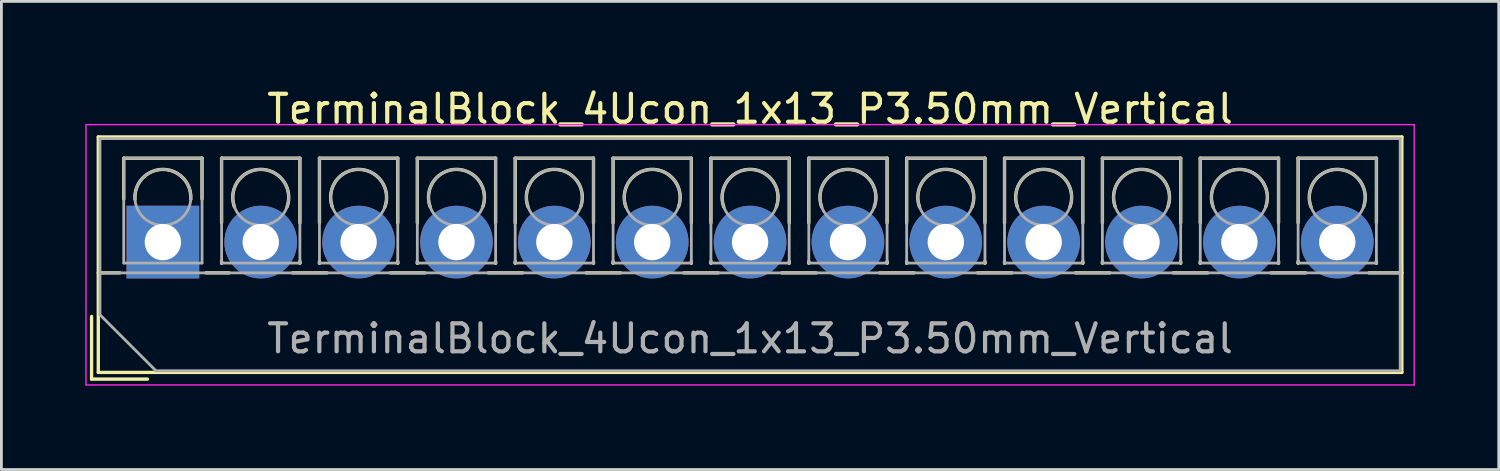
<source format=kicad_pcb>
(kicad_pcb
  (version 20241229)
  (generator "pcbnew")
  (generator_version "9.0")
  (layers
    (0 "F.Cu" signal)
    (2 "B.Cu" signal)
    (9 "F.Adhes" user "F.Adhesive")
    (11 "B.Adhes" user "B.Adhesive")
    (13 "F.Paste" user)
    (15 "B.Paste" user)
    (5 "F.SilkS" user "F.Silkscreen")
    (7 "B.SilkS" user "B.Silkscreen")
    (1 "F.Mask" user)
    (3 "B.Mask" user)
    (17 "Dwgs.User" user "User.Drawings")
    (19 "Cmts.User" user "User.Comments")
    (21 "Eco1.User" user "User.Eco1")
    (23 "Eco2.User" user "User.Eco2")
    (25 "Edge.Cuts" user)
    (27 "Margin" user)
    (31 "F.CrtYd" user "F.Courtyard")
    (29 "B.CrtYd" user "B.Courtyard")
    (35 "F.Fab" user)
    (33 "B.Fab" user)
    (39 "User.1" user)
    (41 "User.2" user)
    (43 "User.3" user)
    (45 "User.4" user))
  (footprint "TerminalBlock_4Ucon_1x13_P3.50mm_Vertical"
    (layer "F.Cu")
    (at 2.775 5.608)
    (property "Reference" "TerminalBlock_4Ucon_1x13_P3.50mm_Vertical" (at 21 -4.76 0) (layer "F.SilkS") (effects (font (size 1 1) (thickness 0.15))))
    (attr through_hole)
    (fp_line (start -2.55 2.66) (end -2.55 4.9) (stroke (width 0.12) (type solid)) (layer "F.SilkS"))
    (fp_line (start -2.55 4.9) (end -0.55 4.9) (stroke (width 0.12) (type solid)) (layer "F.SilkS"))
    (fp_line (start -2.31 -3.76) (end -2.31 4.66) (stroke (width 0.12) (type solid)) (layer "F.SilkS"))
    (fp_line (start -2.31 -3.76) (end 44.31 -3.76) (stroke (width 0.12) (type solid)) (layer "F.SilkS"))
    (fp_line (start -2.31 1.101) (end -1.54 1.101) (stroke (width 0.12) (type solid)) (layer "F.SilkS"))
    (fp_line (start -2.31 4.66) (end 44.31 4.66) (stroke (width 0.12) (type solid)) (layer "F.SilkS"))
    (fp_line (start -1.4 -3) (end -1.4 -1.54) (stroke (width 0.12) (type solid)) (layer "F.SilkS"))
    (fp_line (start -1.4 -3) (end 1.4 -3) (stroke (width 0.12) (type solid)) (layer "F.SilkS"))
    (fp_line (start 1.4 -3) (end 1.4 -1.54) (stroke (width 0.12) (type solid)) (layer "F.SilkS"))
    (fp_line (start 1.54 1.101) (end 2.367 1.101) (stroke (width 0.12) (type solid)) (layer "F.SilkS"))
    (fp_line (start 2.1 -3) (end 2.1 -0.689) (stroke (width 0.12) (type solid)) (layer "F.SilkS"))
    (fp_line (start 2.1 -3) (end 4.9 -3) (stroke (width 0.12) (type solid)) (layer "F.SilkS"))
    (fp_line (start 2.1 0.689) (end 2.1 0.75) (stroke (width 0.12) (type solid)) (layer "F.SilkS"))
    (fp_line (start 2.1 0.75) (end 2.101 0.75) (stroke (width 0.12) (type solid)) (layer "F.SilkS"))
    (fp_line (start 4.634 1.101) (end 5.867 1.101) (stroke (width 0.12) (type solid)) (layer "F.SilkS"))
    (fp_line (start 4.9 -3) (end 4.9 -0.689) (stroke (width 0.12) (type solid)) (layer "F.SilkS"))
    (fp_line (start 4.9 0.689) (end 4.9 0.75) (stroke (width 0.12) (type solid)) (layer "F.SilkS"))
    (fp_line (start 4.9 0.75) (end 4.9 0.75) (stroke (width 0.12) (type solid)) (layer "F.SilkS"))
    (fp_line (start 5.6 -3) (end 5.6 -0.689) (stroke (width 0.12) (type solid)) (layer "F.SilkS"))
    (fp_line (start 5.6 -3) (end 8.4 -3) (stroke (width 0.12) (type solid)) (layer "F.SilkS"))
    (fp_line (start 5.6 0.689) (end 5.6 0.75) (stroke (width 0.12) (type solid)) (layer "F.SilkS"))
    (fp_line (start 5.6 0.75) (end 5.601 0.75) (stroke (width 0.12) (type solid)) (layer "F.SilkS"))
    (fp_line (start 8.134 1.101) (end 9.367 1.101) (stroke (width 0.12) (type solid)) (layer "F.SilkS"))
    (fp_line (start 8.4 -3) (end 8.4 -0.689) (stroke (width 0.12) (type solid)) (layer "F.SilkS"))
    (fp_line (start 8.4 0.689) (end 8.4 0.75) (stroke (width 0.12) (type solid)) (layer "F.SilkS"))
    (fp_line (start 8.4 0.75) (end 8.4 0.75) (stroke (width 0.12) (type solid)) (layer "F.SilkS"))
    (fp_line (start 9.1 -3) (end 9.1 -0.689) (stroke (width 0.12) (type solid)) (layer "F.SilkS"))
    (fp_line (start 9.1 -3) (end 11.9 -3) (stroke (width 0.12) (type solid)) (layer "F.SilkS"))
    (fp_line (start 9.1 0.689) (end 9.1 0.75) (stroke (width 0.12) (type solid)) (layer "F.SilkS"))
    (fp_line (start 9.1 0.75) (end 9.101 0.75) (stroke (width 0.12) (type solid)) (layer "F.SilkS"))
    (fp_line (start 11.634 1.101) (end 12.867 1.101) (stroke (width 0.12) (type solid)) (layer "F.SilkS"))
    (fp_line (start 11.9 -3) (end 11.9 -0.689) (stroke (width 0.12) (type solid)) (layer "F.SilkS"))
    (fp_line (start 11.9 0.689) (end 11.9 0.75) (stroke (width 0.12) (type solid)) (layer "F.SilkS"))
    (fp_line (start 11.9 0.75) (end 11.9 0.75) (stroke (width 0.12) (type solid)) (layer "F.SilkS"))
    (fp_line (start 12.6 -3) (end 12.6 -0.689) (stroke (width 0.12) (type solid)) (layer "F.SilkS"))
    (fp_line (start 12.6 -3) (end 15.4 -3) (stroke (width 0.12) (type solid)) (layer "F.SilkS"))
    (fp_line (start 12.6 0.689) (end 12.6 0.75) (stroke (width 0.12) (type solid)) (layer "F.SilkS"))
    (fp_line (start 12.6 0.75) (end 12.601 0.75) (stroke (width 0.12) (type solid)) (layer "F.SilkS"))
    (fp_line (start 15.134 1.101) (end 16.367 1.101) (stroke (width 0.12) (type solid)) (layer "F.SilkS"))
    (fp_line (start 15.4 -3) (end 15.4 -0.689) (stroke (width 0.12) (type solid)) (layer "F.SilkS"))
    (fp_line (start 15.4 0.689) (end 15.4 0.75) (stroke (width 0.12) (type solid)) (layer "F.SilkS"))
    (fp_line (start 15.4 0.75) (end 15.4 0.75) (stroke (width 0.12) (type solid)) (layer "F.SilkS"))
    (fp_line (start 16.101 -3) (end 16.101 -0.689) (stroke (width 0.12) (type solid)) (layer "F.SilkS"))
    (fp_line (start 16.101 -3) (end 18.9 -3) (stroke (width 0.12) (type solid)) (layer "F.SilkS"))
    (fp_line (start 16.101 0.689) (end 16.101 0.75) (stroke (width 0.12) (type solid)) (layer "F.SilkS"))
    (fp_line (start 16.101 0.75) (end 16.101 0.75) (stroke (width 0.12) (type solid)) (layer "F.SilkS"))
    (fp_line (start 18.634 1.101) (end 19.867 1.101) (stroke (width 0.12) (type solid)) (layer "F.SilkS"))
    (fp_line (start 18.9 -3) (end 18.9 -0.689) (stroke (width 0.12) (type solid)) (layer "F.SilkS"))
    (fp_line (start 18.9 0.689) (end 18.9 0.75) (stroke (width 0.12) (type solid)) (layer "F.SilkS"))
    (fp_line (start 18.9 0.75) (end 18.9 0.75) (stroke (width 0.12) (type solid)) (layer "F.SilkS"))
    (fp_line (start 19.6 -3) (end 19.6 -0.689) (stroke (width 0.12) (type solid)) (layer "F.SilkS"))
    (fp_line (start 19.6 -3) (end 22.4 -3) (stroke (width 0.12) (type solid)) (layer "F.SilkS"))
    (fp_line (start 19.6 0.689) (end 19.6 0.75) (stroke (width 0.12) (type solid)) (layer "F.SilkS"))
    (fp_line (start 19.6 0.75) (end 19.601 0.75) (stroke (width 0.12) (type solid)) (layer "F.SilkS"))
    (fp_line (start 22.134 1.101) (end 23.367 1.101) (stroke (width 0.12) (type solid)) (layer "F.SilkS"))
    (fp_line (start 22.4 -3) (end 22.4 -0.689) (stroke (width 0.12) (type solid)) (layer "F.SilkS"))
    (fp_line (start 22.4 0.689) (end 22.4 0.75) (stroke (width 0.12) (type solid)) (layer "F.SilkS"))
    (fp_line (start 22.4 0.75) (end 22.4 0.75) (stroke (width 0.12) (type solid)) (layer "F.SilkS"))
    (fp_line (start 23.1 -3) (end 23.1 -0.689) (stroke (width 0.12) (type solid)) (layer "F.SilkS"))
    (fp_line (start 23.1 -3) (end 25.9 -3) (stroke (width 0.12) (type solid)) (layer "F.SilkS"))
    (fp_line (start 23.1 0.689) (end 23.1 0.75) (stroke (width 0.12) (type solid)) (layer "F.SilkS"))
    (fp_line (start 23.1 0.75) (end 23.101 0.75) (stroke (width 0.12) (type solid)) (layer "F.SilkS"))
    (fp_line (start 25.634 1.101) (end 26.867 1.101) (stroke (width 0.12) (type solid)) (layer "F.SilkS"))
    (fp_line (start 25.9 -3) (end 25.9 -0.689) (stroke (width 0.12) (type solid)) (layer "F.SilkS"))
    (fp_line (start 25.9 0.689) (end 25.9 0.75) (stroke (width 0.12) (type solid)) (layer "F.SilkS"))
    (fp_line (start 25.9 0.75) (end 25.9 0.75) (stroke (width 0.12) (type solid)) (layer "F.SilkS"))
    (fp_line (start 26.6 -3) (end 26.6 -0.689) (stroke (width 0.12) (type solid)) (layer "F.SilkS"))
    (fp_line (start 26.6 -3) (end 29.4 -3) (stroke (width 0.12) (type solid)) (layer "F.SilkS"))
    (fp_line (start 26.6 0.689) (end 26.6 0.75) (stroke (width 0.12) (type solid)) (layer "F.SilkS"))
    (fp_line (start 26.6 0.75) (end 26.601 0.75) (stroke (width 0.12) (type solid)) (layer "F.SilkS"))
    (fp_line (start 29.134 1.101) (end 30.367 1.101) (stroke (width 0.12) (type solid)) (layer "F.SilkS"))
    (fp_line (start 29.4 -3) (end 29.4 -0.689) (stroke (width 0.12) (type solid)) (layer "F.SilkS"))
    (fp_line (start 29.4 0.689) (end 29.4 0.75) (stroke (width 0.12) (type solid)) (layer "F.SilkS"))
    (fp_line (start 29.4 0.75) (end 29.4 0.75) (stroke (width 0.12) (type solid)) (layer "F.SilkS"))
    (fp_line (start 30.1 -3) (end 30.1 -0.689) (stroke (width 0.12) (type solid)) (layer "F.SilkS"))
    (fp_line (start 30.1 -3) (end 32.9 -3) (stroke (width 0.12) (type solid)) (layer "F.SilkS"))
    (fp_line (start 30.1 0.689) (end 30.1 0.75) (stroke (width 0.12) (type solid)) (layer "F.SilkS"))
    (fp_line (start 30.1 0.75) (end 30.101 0.75) (stroke (width 0.12) (type solid)) (layer "F.SilkS"))
    (fp_line (start 32.634 1.101) (end 33.867 1.101) (stroke (width 0.12) (type solid)) (layer "F.SilkS"))
    (fp_line (start 32.9 -3) (end 32.9 -0.689) (stroke (width 0.12) (type solid)) (layer "F.SilkS"))
    (fp_line (start 32.9 0.689) (end 32.9 0.75) (stroke (width 0.12) (type solid)) (layer "F.SilkS"))
    (fp_line (start 32.9 0.75) (end 32.9 0.75) (stroke (width 0.12) (type solid)) (layer "F.SilkS"))
    (fp_line (start 33.6 -3) (end 33.6 -0.689) (stroke (width 0.12) (type solid)) (layer "F.SilkS"))
    (fp_line (start 33.6 -3) (end 36.4 -3) (stroke (width 0.12) (type solid)) (layer "F.SilkS"))
    (fp_line (start 33.6 0.689) (end 33.6 0.75) (stroke (width 0.12) (type solid)) (layer "F.SilkS"))
    (fp_line (start 33.6 0.75) (end 33.601 0.75) (stroke (width 0.12) (type solid)) (layer "F.SilkS"))
    (fp_line (start 36.134 1.101) (end 37.367 1.101) (stroke (width 0.12) (type solid)) (layer "F.SilkS"))
    (fp_line (start 36.4 -3) (end 36.4 -0.689) (stroke (width 0.12) (type solid)) (layer "F.SilkS"))
    (fp_line (start 36.4 0.689) (end 36.4 0.75) (stroke (width 0.12) (type solid)) (layer "F.SilkS"))
    (fp_line (start 36.4 0.75) (end 36.4 0.75) (stroke (width 0.12) (type solid)) (layer "F.SilkS"))
    (fp_line (start 37.1 -3) (end 37.1 -0.689) (stroke (width 0.12) (type solid)) (layer "F.SilkS"))
    (fp_line (start 37.1 -3) (end 39.9 -3) (stroke (width 0.12) (type solid)) (layer "F.SilkS"))
    (fp_line (start 37.1 0.689) (end 37.1 0.75) (stroke (width 0.12) (type solid)) (layer "F.SilkS"))
    (fp_line (start 37.1 0.75) (end 37.101 0.75) (stroke (width 0.12) (type solid)) (layer "F.SilkS"))
    (fp_line (start 39.634 1.101) (end 40.867 1.101) (stroke (width 0.12) (type solid)) (layer "F.SilkS"))
    (fp_line (start 39.9 -3) (end 39.9 -0.689) (stroke (width 0.12) (type solid)) (layer "F.SilkS"))
    (fp_line (start 39.9 0.689) (end 39.9 0.75) (stroke (width 0.12) (type solid)) (layer "F.SilkS"))
    (fp_line (start 39.9 0.75) (end 39.9 0.75) (stroke (width 0.12) (type solid)) (layer "F.SilkS"))
    (fp_line (start 40.6 -3) (end 40.6 -0.689) (stroke (width 0.12) (type solid)) (layer "F.SilkS"))
    (fp_line (start 40.6 -3) (end 43.4 -3) (stroke (width 0.12) (type solid)) (layer "F.SilkS"))
    (fp_line (start 40.6 0.689) (end 40.6 0.75) (stroke (width 0.12) (type solid)) (layer "F.SilkS"))
    (fp_line (start 40.6 0.75) (end 40.601 0.75) (stroke (width 0.12) (type solid)) (layer "F.SilkS"))
    (fp_line (start 43.134 1.101) (end 44.31 1.101) (stroke (width 0.12) (type solid)) (layer "F.SilkS"))
    (fp_line (start 43.4 -3) (end 43.4 -0.689) (stroke (width 0.12) (type solid)) (layer "F.SilkS"))
    (fp_line (start 43.4 0.689) (end 43.4 0.75) (stroke (width 0.12) (type solid)) (layer "F.SilkS"))
    (fp_line (start 43.4 0.75) (end 43.4 0.75) (stroke (width 0.12) (type solid)) (layer "F.SilkS"))
    (fp_line (start 44.31 -3.76) (end 44.31 4.66) (stroke (width 0.12) (type solid)) (layer "F.SilkS"))
    (fp_arc (start -0.99789 -1.529434) (mid -0.000785 -2.600382) (end 0.998 -1.531) (stroke (width 0.12) (type solid)) (layer "F.SilkS"))
    (fp_arc (start 2.560085 -1.257767) (mid 3.499876 -2.600282) (end 4.44 -1.258) (stroke (width 0.12) (type solid)) (layer "F.SilkS"))
    (fp_arc (start 6.060085 -1.257767) (mid 6.999876 -2.600282) (end 7.94 -1.258) (stroke (width 0.12) (type solid)) (layer "F.SilkS"))
    (fp_arc (start 9.560085 -1.257767) (mid 10.499876 -2.600282) (end 11.44 -1.258) (stroke (width 0.12) (type solid)) (layer "F.SilkS"))
    (fp_arc (start 13.060085 -1.257767) (mid 13.999876 -2.600282) (end 14.94 -1.258) (stroke (width 0.12) (type solid)) (layer "F.SilkS"))
    (fp_arc (start 16.560085 -1.257767) (mid 17.499876 -2.600282) (end 18.44 -1.258) (stroke (width 0.12) (type solid)) (layer "F.SilkS"))
    (fp_arc (start 20.060085 -1.257767) (mid 20.999876 -2.600282) (end 21.94 -1.258) (stroke (width 0.12) (type solid)) (layer "F.SilkS"))
    (fp_arc (start 23.560085 -1.257767) (mid 24.499876 -2.600282) (end 25.44 -1.258) (stroke (width 0.12) (type solid)) (layer "F.SilkS"))
    (fp_arc (start 27.060085 -1.257767) (mid 27.999876 -2.600282) (end 28.94 -1.258) (stroke (width 0.12) (type solid)) (layer "F.SilkS"))
    (fp_arc (start 30.560085 -1.257767) (mid 31.499876 -2.600282) (end 32.44 -1.258) (stroke (width 0.12) (type solid)) (layer "F.SilkS"))
    (fp_arc (start 34.060085 -1.257767) (mid 34.999876 -2.600282) (end 35.94 -1.258) (stroke (width 0.12) (type solid)) (layer "F.SilkS"))
    (fp_arc (start 37.560085 -1.257767) (mid 38.499876 -2.600282) (end 39.44 -1.258) (stroke (width 0.12) (type solid)) (layer "F.SilkS"))
    (fp_arc (start 41.060085 -1.257767) (mid 41.999876 -2.600282) (end 42.94 -1.258) (stroke (width 0.12) (type solid)) (layer "F.SilkS"))
    (fp_line (start -2.75 -4.2) (end -2.75 5.11) (stroke (width 0.05) (type solid)) (layer "F.CrtYd"))
    (fp_line (start -2.75 5.11) (end 44.75 5.11) (stroke (width 0.05) (type solid)) (layer "F.CrtYd"))
    (fp_line (start 44.75 -4.2) (end -2.75 -4.2) (stroke (width 0.05) (type solid)) (layer "F.CrtYd"))
    (fp_line (start 44.75 5.11) (end 44.75 -4.2) (stroke (width 0.05) (type solid)) (layer "F.CrtYd"))
    (fp_line (start -2.25 -3.7) (end 44.25 -3.7) (stroke (width 0.1) (type solid)) (layer "F.Fab"))
    (fp_line (start -2.25 1.1) (end 44.25 1.1) (stroke (width 0.1) (type solid)) (layer "F.Fab"))
    (fp_line (start -2.25 2.6) (end -2.25 -3.7) (stroke (width 0.1) (type solid)) (layer "F.Fab"))
    (fp_line (start -1.4 -3) (end -1.4 0.75) (stroke (width 0.1) (type solid)) (layer "F.Fab"))
    (fp_line (start -1.4 0.75) (end 1.4 0.75) (stroke (width 0.1) (type solid)) (layer "F.Fab"))
    (fp_line (start -0.25 4.6) (end -2.25 2.6) (stroke (width 0.1) (type solid)) (layer "F.Fab"))
    (fp_line (start 1.4 -3) (end -1.4 -3) (stroke (width 0.1) (type solid)) (layer "F.Fab"))
    (fp_line (start 1.4 0.75) (end 1.4 -3) (stroke (width 0.1) (type solid)) (layer "F.Fab"))
    (fp_line (start 2.1 -3) (end 2.1 0.75) (stroke (width 0.1) (type solid)) (layer "F.Fab"))
    (fp_line (start 2.1 0.75) (end 4.9 0.75) (stroke (width 0.1) (type solid)) (layer "F.Fab"))
    (fp_line (start 4.9 -3) (end 2.1 -3) (stroke (width 0.1) (type solid)) (layer "F.Fab"))
    (fp_line (start 4.9 0.75) (end 4.9 -3) (stroke (width 0.1) (type solid)) (layer "F.Fab"))
    (fp_line (start 5.6 -3) (end 5.6 0.75) (stroke (width 0.1) (type solid)) (layer "F.Fab"))
    (fp_line (start 5.6 0.75) (end 8.4 0.75) (stroke (width 0.1) (type solid)) (layer "F.Fab"))
    (fp_line (start 8.4 -3) (end 5.6 -3) (stroke (width 0.1) (type solid)) (layer "F.Fab"))
    (fp_line (start 8.4 0.75) (end 8.4 -3) (stroke (width 0.1) (type solid)) (layer "F.Fab"))
    (fp_line (start 9.1 -3) (end 9.1 0.75) (stroke (width 0.1) (type solid)) (layer "F.Fab"))
    (fp_line (start 9.1 0.75) (end 11.9 0.75) (stroke (width 0.1) (type solid)) (layer "F.Fab"))
    (fp_line (start 11.9 -3) (end 9.1 -3) (stroke (width 0.1) (type solid)) (layer "F.Fab"))
    (fp_line (start 11.9 0.75) (end 11.9 -3) (stroke (width 0.1) (type solid)) (layer "F.Fab"))
    (fp_line (start 12.6 -3) (end 12.6 0.75) (stroke (width 0.1) (type solid)) (layer "F.Fab"))
    (fp_line (start 12.6 0.75) (end 15.4 0.75) (stroke (width 0.1) (type solid)) (layer "F.Fab"))
    (fp_line (start 15.4 -3) (end 12.6 -3) (stroke (width 0.1) (type solid)) (layer "F.Fab"))
    (fp_line (start 15.4 0.75) (end 15.4 -3) (stroke (width 0.1) (type solid)) (layer "F.Fab"))
    (fp_line (start 16.101 -3) (end 16.101 0.75) (stroke (width 0.1) (type solid)) (layer "F.Fab"))
    (fp_line (start 16.101 0.75) (end 18.9 0.75) (stroke (width 0.1) (type solid)) (layer "F.Fab"))
    (fp_line (start 18.9 -3) (end 16.101 -3) (stroke (width 0.1) (type solid)) (layer "F.Fab"))
    (fp_line (start 18.9 0.75) (end 18.9 -3) (stroke (width 0.1) (type solid)) (layer "F.Fab"))
    (fp_line (start 19.6 -3) (end 19.6 0.75) (stroke (width 0.1) (type solid)) (layer "F.Fab"))
    (fp_line (start 19.6 0.75) (end 22.4 0.75) (stroke (width 0.1) (type solid)) (layer "F.Fab"))
    (fp_line (start 22.4 -3) (end 19.6 -3) (stroke (width 0.1) (type solid)) (layer "F.Fab"))
    (fp_line (start 22.4 0.75) (end 22.4 -3) (stroke (width 0.1) (type solid)) (layer "F.Fab"))
    (fp_line (start 23.1 -3) (end 23.1 0.75) (stroke (width 0.1) (type solid)) (layer "F.Fab"))
    (fp_line (start 23.1 0.75) (end 25.9 0.75) (stroke (width 0.1) (type solid)) (layer "F.Fab"))
    (fp_line (start 25.9 -3) (end 23.1 -3) (stroke (width 0.1) (type solid)) (layer "F.Fab"))
    (fp_line (start 25.9 0.75) (end 25.9 -3) (stroke (width 0.1) (type solid)) (layer "F.Fab"))
    (fp_line (start 26.6 -3) (end 26.6 0.75) (stroke (width 0.1) (type solid)) (layer "F.Fab"))
    (fp_line (start 26.6 0.75) (end 29.4 0.75) (stroke (width 0.1) (type solid)) (layer "F.Fab"))
    (fp_line (start 29.4 -3) (end 26.6 -3) (stroke (width 0.1) (type solid)) (layer "F.Fab"))
    (fp_line (start 29.4 0.75) (end 29.4 -3) (stroke (width 0.1) (type solid)) (layer "F.Fab"))
    (fp_line (start 30.1 -3) (end 30.1 0.75) (stroke (width 0.1) (type solid)) (layer "F.Fab"))
    (fp_line (start 30.1 0.75) (end 32.9 0.75) (stroke (width 0.1) (type solid)) (layer "F.Fab"))
    (fp_line (start 32.9 -3) (end 30.1 -3) (stroke (width 0.1) (type solid)) (layer "F.Fab"))
    (fp_line (start 32.9 0.75) (end 32.9 -3) (stroke (width 0.1) (type solid)) (layer "F.Fab"))
    (fp_line (start 33.6 -3) (end 33.6 0.75) (stroke (width 0.1) (type solid)) (layer "F.Fab"))
    (fp_line (start 33.6 0.75) (end 36.4 0.75) (stroke (width 0.1) (type solid)) (layer "F.Fab"))
    (fp_line (start 36.4 -3) (end 33.6 -3) (stroke (width 0.1) (type solid)) (layer "F.Fab"))
    (fp_line (start 36.4 0.75) (end 36.4 -3) (stroke (width 0.1) (type solid)) (layer "F.Fab"))
    (fp_line (start 37.1 -3) (end 37.1 0.75) (stroke (width 0.1) (type solid)) (layer "F.Fab"))
    (fp_line (start 37.1 0.75) (end 39.9 0.75) (stroke (width 0.1) (type solid)) (layer "F.Fab"))
    (fp_line (start 39.9 -3) (end 37.1 -3) (stroke (width 0.1) (type solid)) (layer "F.Fab"))
    (fp_line (start 39.9 0.75) (end 39.9 -3) (stroke (width 0.1) (type solid)) (layer "F.Fab"))
    (fp_line (start 40.6 -3) (end 40.6 0.75) (stroke (width 0.1) (type solid)) (layer "F.Fab"))
    (fp_line (start 40.6 0.75) (end 43.4 0.75) (stroke (width 0.1) (type solid)) (layer "F.Fab"))
    (fp_line (start 43.4 -3) (end 40.6 -3) (stroke (width 0.1) (type solid)) (layer "F.Fab"))
    (fp_line (start 43.4 0.75) (end 43.4 -3) (stroke (width 0.1) (type solid)) (layer "F.Fab"))
    (fp_line (start 44.25 -3.7) (end 44.25 4.6) (stroke (width 0.1) (type solid)) (layer "F.Fab"))
    (fp_line (start 44.25 4.6) (end -0.25 4.6) (stroke (width 0.1) (type solid)) (layer "F.Fab"))
    (fp_circle (center 0 -1.6) (end 1 -1.6) (stroke (width 0.1) (type solid)) (fill no) (layer "F.Fab"))
    (fp_circle (center 3.5 -1.6) (end 4.5 -1.6) (stroke (width 0.1) (type solid)) (fill no) (layer "F.Fab"))
    (fp_circle (center 7 -1.6) (end 8 -1.6) (stroke (width 0.1) (type solid)) (fill no) (layer "F.Fab"))
    (fp_circle (center 10.5 -1.6) (end 11.5 -1.6) (stroke (width 0.1) (type solid)) (fill no) (layer "F.Fab"))
    (fp_circle (center 14 -1.6) (end 15 -1.6) (stroke (width 0.1) (type solid)) (fill no) (layer "F.Fab"))
    (fp_circle (center 17.5 -1.6) (end 18.5 -1.6) (stroke (width 0.1) (type solid)) (fill no) (layer "F.Fab"))
    (fp_circle (center 21 -1.6) (end 22 -1.6) (stroke (width 0.1) (type solid)) (fill no) (layer "F.Fab"))
    (fp_circle (center 24.5 -1.6) (end 25.5 -1.6) (stroke (width 0.1) (type solid)) (fill no) (layer "F.Fab"))
    (fp_circle (center 28 -1.6) (end 29 -1.6) (stroke (width 0.1) (type solid)) (fill no) (layer "F.Fab"))
    (fp_circle (center 31.5 -1.6) (end 32.5 -1.6) (stroke (width 0.1) (type solid)) (fill no) (layer "F.Fab"))
    (fp_circle (center 35 -1.6) (end 36 -1.6) (stroke (width 0.1) (type solid)) (fill no) (layer "F.Fab"))
    (fp_circle (center 38.5 -1.6) (end 39.5 -1.6) (stroke (width 0.1) (type solid)) (fill no) (layer "F.Fab"))
    (fp_circle (center 42 -1.6) (end 43 -1.6) (stroke (width 0.1) (type solid)) (fill no) (layer "F.Fab"))
    (fp_text user "${REFERENCE}" (at 21 3.45 0) (layer "F.Fab") (effects (font (size 1 1) (thickness 0.15))))
    (pad "1" thru_hole rect (at 0 0) (size 2.6 2.6) (drill 1.3) (layers "*.Cu" "*.Mask"))
    (pad "2" thru_hole circle (at 3.5 0) (size 2.6 2.6) (drill 1.3) (layers "*.Cu" "*.Mask"))
    (pad "3" thru_hole circle (at 7 0) (size 2.6 2.6) (drill 1.3) (layers "*.Cu" "*.Mask"))
    (pad "4" thru_hole circle (at 10.5 0) (size 2.6 2.6) (drill 1.3) (layers "*.Cu" "*.Mask"))
    (pad "5" thru_hole circle (at 14 0) (size 2.6 2.6) (drill 1.3) (layers "*.Cu" "*.Mask"))
    (pad "6" thru_hole circle (at 17.5 0) (size 2.6 2.6) (drill 1.3) (layers "*.Cu" "*.Mask"))
    (pad "7" thru_hole circle (at 21 0) (size 2.6 2.6) (drill 1.3) (layers "*.Cu" "*.Mask"))
    (pad "8" thru_hole circle (at 24.5 0) (size 2.6 2.6) (drill 1.3) (layers "*.Cu" "*.Mask"))
    (pad "9" thru_hole circle (at 28 0) (size 2.6 2.6) (drill 1.3) (layers "*.Cu" "*.Mask"))
    (pad "10" thru_hole circle (at 31.5 0) (size 2.6 2.6) (drill 1.3) (layers "*.Cu" "*.Mask"))
    (pad "11" thru_hole circle (at 35 0) (size 2.6 2.6) (drill 1.3) (layers "*.Cu" "*.Mask"))
    (pad "12" thru_hole circle (at 38.5 0) (size 2.6 2.6) (drill 1.3) (layers "*.Cu" "*.Mask"))
    (pad "13" thru_hole circle (at 42 0) (size 2.6 2.6) (drill 1.3) (layers "*.Cu" "*.Mask")))
  (gr_rect
    (start -3 -3)
    (end 50.55 13.743)
    (stroke (width 0.1) (type default))
    (fill no)
    (layer "Edge.Cuts")))
</source>
